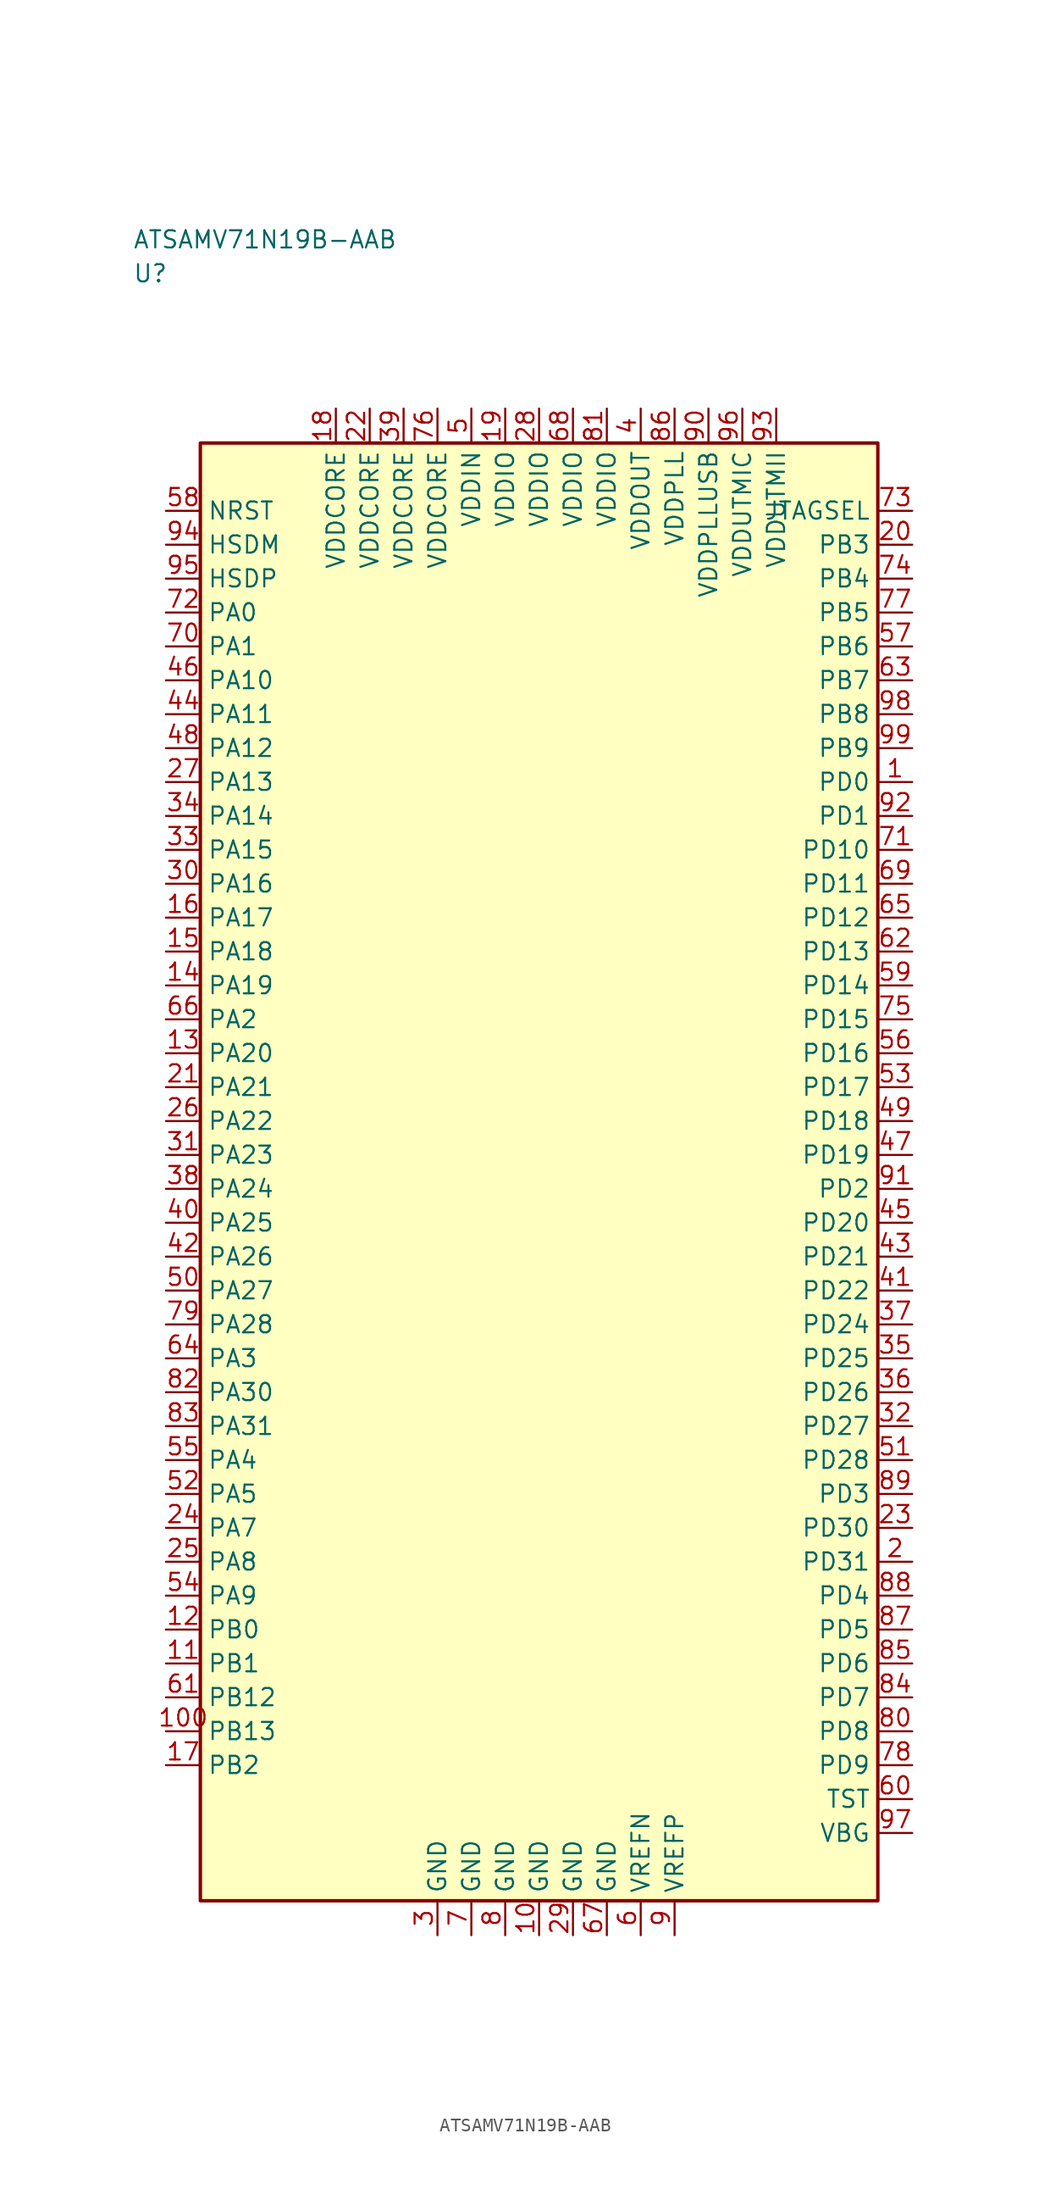
<source format=kicad_sym>
(kicad_symbol_lib
  (version 20241025)
  (generator "kicad_symbol_editor")
  (generator_version "8.0")
  (symbol "ATSAMV71N19B-AAB"
    (property "Reference" "U"
      (at -30.0 66.25 0)
      (effects (font (size 1.27 1.27)) (justify left)))
    (property "Value" "ATSAMV71N19B-AAB"
      (at -30.0 68.75 0)
      (effects (font (size 1.27 1.27)) (justify left)))
    (symbol "ATSAMV71N19B-AAB_0_1"
      (rectangle (start -25.0 53.75) (end 25.0 -53.75) (stroke (width 0.254) (type default)) (fill (type background))))
    (symbol "ATSAMV71N19B-AAB_1_1"
      (pin bidirectional line (at -27.54 41.25 0.0) (length 2.54) (name "PA0" (effects (font (size 1.27 1.27)))) (number "72" (effects (font (size 1.27 1.27)))))
      (pin bidirectional line (at -27.54 38.75 0.0) (length 2.54) (name "PA1" (effects (font (size 1.27 1.27)))) (number "70" (effects (font (size 1.27 1.27)))))
      (pin bidirectional line (at -27.54 11.25 0.0) (length 2.54) (name "PA2" (effects (font (size 1.27 1.27)))) (number "66" (effects (font (size 1.27 1.27)))))
      (pin bidirectional line (at -27.54 -13.75 0.0) (length 2.54) (name "PA3" (effects (font (size 1.27 1.27)))) (number "64" (effects (font (size 1.27 1.27)))))
      (pin bidirectional line (at -27.54 -21.25 0.0) (length 2.54) (name "PA4" (effects (font (size 1.27 1.27)))) (number "55" (effects (font (size 1.27 1.27)))))
      (pin bidirectional line (at -27.54 -23.75 0.0) (length 2.54) (name "PA5" (effects (font (size 1.27 1.27)))) (number "52" (effects (font (size 1.27 1.27)))))
      (pin bidirectional line (at -27.54 -26.25 0.0) (length 2.54) (name "PA7" (effects (font (size 1.27 1.27)))) (number "24" (effects (font (size 1.27 1.27)))))
      (pin bidirectional line (at -27.54 -28.75 0.0) (length 2.54) (name "PA8" (effects (font (size 1.27 1.27)))) (number "25" (effects (font (size 1.27 1.27)))))
      (pin bidirectional line (at -27.54 -31.25 0.0) (length 2.54) (name "PA9" (effects (font (size 1.27 1.27)))) (number "54" (effects (font (size 1.27 1.27)))))
      (pin bidirectional line (at -27.54 36.25 0.0) (length 2.54) (name "PA10" (effects (font (size 1.27 1.27)))) (number "46" (effects (font (size 1.27 1.27)))))
      (pin bidirectional line (at -27.54 33.75 0.0) (length 2.54) (name "PA11" (effects (font (size 1.27 1.27)))) (number "44" (effects (font (size 1.27 1.27)))))
      (pin bidirectional line (at -27.54 31.25 0.0) (length 2.54) (name "PA12" (effects (font (size 1.27 1.27)))) (number "48" (effects (font (size 1.27 1.27)))))
      (pin bidirectional line (at -27.54 28.75 0.0) (length 2.54) (name "PA13" (effects (font (size 1.27 1.27)))) (number "27" (effects (font (size 1.27 1.27)))))
      (pin bidirectional line (at -27.54 26.25 0.0) (length 2.54) (name "PA14" (effects (font (size 1.27 1.27)))) (number "34" (effects (font (size 1.27 1.27)))))
      (pin bidirectional line (at -27.54 23.75 0.0) (length 2.54) (name "PA15" (effects (font (size 1.27 1.27)))) (number "33" (effects (font (size 1.27 1.27)))))
      (pin bidirectional line (at -27.54 21.25 0.0) (length 2.54) (name "PA16" (effects (font (size 1.27 1.27)))) (number "30" (effects (font (size 1.27 1.27)))))
      (pin bidirectional line (at -27.54 18.75 0.0) (length 2.54) (name "PA17" (effects (font (size 1.27 1.27)))) (number "16" (effects (font (size 1.27 1.27)))))
      (pin bidirectional line (at -27.54 16.25 0.0) (length 2.54) (name "PA18" (effects (font (size 1.27 1.27)))) (number "15" (effects (font (size 1.27 1.27)))))
      (pin bidirectional line (at -27.54 13.75 0.0) (length 2.54) (name "PA19" (effects (font (size 1.27 1.27)))) (number "14" (effects (font (size 1.27 1.27)))))
      (pin bidirectional line (at -27.54 8.75 0.0) (length 2.54) (name "PA20" (effects (font (size 1.27 1.27)))) (number "13" (effects (font (size 1.27 1.27)))))
      (pin bidirectional line (at -27.54 6.25 0.0) (length 2.54) (name "PA21" (effects (font (size 1.27 1.27)))) (number "21" (effects (font (size 1.27 1.27)))))
      (pin bidirectional line (at -27.54 3.75 0.0) (length 2.54) (name "PA22" (effects (font (size 1.27 1.27)))) (number "26" (effects (font (size 1.27 1.27)))))
      (pin bidirectional line (at -27.54 1.25 0.0) (length 2.54) (name "PA23" (effects (font (size 1.27 1.27)))) (number "31" (effects (font (size 1.27 1.27)))))
      (pin bidirectional line (at -27.54 -1.25 0.0) (length 2.54) (name "PA24" (effects (font (size 1.27 1.27)))) (number "38" (effects (font (size 1.27 1.27)))))
      (pin bidirectional line (at -27.54 -3.75 0.0) (length 2.54) (name "PA25" (effects (font (size 1.27 1.27)))) (number "40" (effects (font (size 1.27 1.27)))))
      (pin bidirectional line (at -27.54 -6.25 0.0) (length 2.54) (name "PA26" (effects (font (size 1.27 1.27)))) (number "42" (effects (font (size 1.27 1.27)))))
      (pin bidirectional line (at -27.54 -8.75 0.0) (length 2.54) (name "PA27" (effects (font (size 1.27 1.27)))) (number "50" (effects (font (size 1.27 1.27)))))
      (pin bidirectional line (at -27.54 -11.25 0.0) (length 2.54) (name "PA28" (effects (font (size 1.27 1.27)))) (number "79" (effects (font (size 1.27 1.27)))))
      (pin bidirectional line (at -27.54 -16.25 0.0) (length 2.54) (name "PA30" (effects (font (size 1.27 1.27)))) (number "82" (effects (font (size 1.27 1.27)))))
      (pin bidirectional line (at -27.54 -18.75 0.0) (length 2.54) (name "PA31" (effects (font (size 1.27 1.27)))) (number "83" (effects (font (size 1.27 1.27)))))
      (pin bidirectional line (at -27.54 -33.75 0.0) (length 2.54) (name "PB0" (effects (font (size 1.27 1.27)))) (number "12" (effects (font (size 1.27 1.27)))))
      (pin bidirectional line (at -27.54 -36.25 0.0) (length 2.54) (name "PB1" (effects (font (size 1.27 1.27)))) (number "11" (effects (font (size 1.27 1.27)))))
      (pin bidirectional line (at -27.54 -43.75 0.0) (length 2.54) (name "PB2" (effects (font (size 1.27 1.27)))) (number "17" (effects (font (size 1.27 1.27)))))
      (pin bidirectional line (at 27.54 46.25 180.0) (length 2.54) (name "PB3" (effects (font (size 1.27 1.27)))) (number "20" (effects (font (size 1.27 1.27)))))
      (pin bidirectional line (at 27.54 43.75 180.0) (length 2.54) (name "PB4" (effects (font (size 1.27 1.27)))) (number "74" (effects (font (size 1.27 1.27)))))
      (pin bidirectional line (at 27.54 41.25 180.0) (length 2.54) (name "PB5" (effects (font (size 1.27 1.27)))) (number "77" (effects (font (size 1.27 1.27)))))
      (pin bidirectional line (at 27.54 38.75 180.0) (length 2.54) (name "PB6" (effects (font (size 1.27 1.27)))) (number "57" (effects (font (size 1.27 1.27)))))
      (pin bidirectional line (at 27.54 36.25 180.0) (length 2.54) (name "PB7" (effects (font (size 1.27 1.27)))) (number "63" (effects (font (size 1.27 1.27)))))
      (pin bidirectional line (at 27.54 33.75 180.0) (length 2.54) (name "PB8" (effects (font (size 1.27 1.27)))) (number "98" (effects (font (size 1.27 1.27)))))
      (pin bidirectional line (at 27.54 31.25 180.0) (length 2.54) (name "PB9" (effects (font (size 1.27 1.27)))) (number "99" (effects (font (size 1.27 1.27)))))
      (pin bidirectional line (at -27.54 -38.75 0.0) (length 2.54) (name "PB12" (effects (font (size 1.27 1.27)))) (number "61" (effects (font (size 1.27 1.27)))))
      (pin bidirectional line (at -27.54 -41.25 0.0) (length 2.54) (name "PB13" (effects (font (size 1.27 1.27)))) (number "100" (effects (font (size 1.27 1.27)))))
      (pin bidirectional line (at 27.54 28.75 180.0) (length 2.54) (name "PD0" (effects (font (size 1.27 1.27)))) (number "1" (effects (font (size 1.27 1.27)))))
      (pin bidirectional line (at 27.54 26.25 180.0) (length 2.54) (name "PD1" (effects (font (size 1.27 1.27)))) (number "92" (effects (font (size 1.27 1.27)))))
      (pin bidirectional line (at 27.54 -1.25 180.0) (length 2.54) (name "PD2" (effects (font (size 1.27 1.27)))) (number "91" (effects (font (size 1.27 1.27)))))
      (pin bidirectional line (at 27.54 -23.75 180.0) (length 2.54) (name "PD3" (effects (font (size 1.27 1.27)))) (number "89" (effects (font (size 1.27 1.27)))))
      (pin bidirectional line (at 27.54 -31.25 180.0) (length 2.54) (name "PD4" (effects (font (size 1.27 1.27)))) (number "88" (effects (font (size 1.27 1.27)))))
      (pin bidirectional line (at 27.54 -33.75 180.0) (length 2.54) (name "PD5" (effects (font (size 1.27 1.27)))) (number "87" (effects (font (size 1.27 1.27)))))
      (pin bidirectional line (at 27.54 -36.25 180.0) (length 2.54) (name "PD6" (effects (font (size 1.27 1.27)))) (number "85" (effects (font (size 1.27 1.27)))))
      (pin bidirectional line (at 27.54 -38.75 180.0) (length 2.54) (name "PD7" (effects (font (size 1.27 1.27)))) (number "84" (effects (font (size 1.27 1.27)))))
      (pin bidirectional line (at 27.54 -41.25 180.0) (length 2.54) (name "PD8" (effects (font (size 1.27 1.27)))) (number "80" (effects (font (size 1.27 1.27)))))
      (pin bidirectional line (at 27.54 -43.75 180.0) (length 2.54) (name "PD9" (effects (font (size 1.27 1.27)))) (number "78" (effects (font (size 1.27 1.27)))))
      (pin bidirectional line (at 27.54 23.75 180.0) (length 2.54) (name "PD10" (effects (font (size 1.27 1.27)))) (number "71" (effects (font (size 1.27 1.27)))))
      (pin bidirectional line (at 27.54 21.25 180.0) (length 2.54) (name "PD11" (effects (font (size 1.27 1.27)))) (number "69" (effects (font (size 1.27 1.27)))))
      (pin bidirectional line (at 27.54 18.75 180.0) (length 2.54) (name "PD12" (effects (font (size 1.27 1.27)))) (number "65" (effects (font (size 1.27 1.27)))))
      (pin bidirectional line (at 27.54 16.25 180.0) (length 2.54) (name "PD13" (effects (font (size 1.27 1.27)))) (number "62" (effects (font (size 1.27 1.27)))))
      (pin bidirectional line (at 27.54 13.75 180.0) (length 2.54) (name "PD14" (effects (font (size 1.27 1.27)))) (number "59" (effects (font (size 1.27 1.27)))))
      (pin bidirectional line (at 27.54 11.25 180.0) (length 2.54) (name "PD15" (effects (font (size 1.27 1.27)))) (number "75" (effects (font (size 1.27 1.27)))))
      (pin bidirectional line (at 27.54 8.75 180.0) (length 2.54) (name "PD16" (effects (font (size 1.27 1.27)))) (number "56" (effects (font (size 1.27 1.27)))))
      (pin bidirectional line (at 27.54 6.25 180.0) (length 2.54) (name "PD17" (effects (font (size 1.27 1.27)))) (number "53" (effects (font (size 1.27 1.27)))))
      (pin bidirectional line (at 27.54 3.75 180.0) (length 2.54) (name "PD18" (effects (font (size 1.27 1.27)))) (number "49" (effects (font (size 1.27 1.27)))))
      (pin bidirectional line (at 27.54 1.25 180.0) (length 2.54) (name "PD19" (effects (font (size 1.27 1.27)))) (number "47" (effects (font (size 1.27 1.27)))))
      (pin bidirectional line (at 27.54 -3.75 180.0) (length 2.54) (name "PD20" (effects (font (size 1.27 1.27)))) (number "45" (effects (font (size 1.27 1.27)))))
      (pin bidirectional line (at 27.54 -6.25 180.0) (length 2.54) (name "PD21" (effects (font (size 1.27 1.27)))) (number "43" (effects (font (size 1.27 1.27)))))
      (pin bidirectional line (at 27.54 -8.75 180.0) (length 2.54) (name "PD22" (effects (font (size 1.27 1.27)))) (number "41" (effects (font (size 1.27 1.27)))))
      (pin bidirectional line (at 27.54 -11.25 180.0) (length 2.54) (name "PD24" (effects (font (size 1.27 1.27)))) (number "37" (effects (font (size 1.27 1.27)))))
      (pin bidirectional line (at 27.54 -13.75 180.0) (length 2.54) (name "PD25" (effects (font (size 1.27 1.27)))) (number "35" (effects (font (size 1.27 1.27)))))
      (pin bidirectional line (at 27.54 -16.25 180.0) (length 2.54) (name "PD26" (effects (font (size 1.27 1.27)))) (number "36" (effects (font (size 1.27 1.27)))))
      (pin bidirectional line (at 27.54 -18.75 180.0) (length 2.54) (name "PD27" (effects (font (size 1.27 1.27)))) (number "32" (effects (font (size 1.27 1.27)))))
      (pin bidirectional line (at 27.54 -21.25 180.0) (length 2.54) (name "PD28" (effects (font (size 1.27 1.27)))) (number "51" (effects (font (size 1.27 1.27)))))
      (pin bidirectional line (at 27.54 -26.25 180.0) (length 2.54) (name "PD30" (effects (font (size 1.27 1.27)))) (number "23" (effects (font (size 1.27 1.27)))))
      (pin bidirectional line (at 27.54 -28.75 180.0) (length 2.54) (name "PD31" (effects (font (size 1.27 1.27)))) (number "2" (effects (font (size 1.27 1.27)))))
      (pin power_in line (at 7.5 56.29 270.0) (length 2.54) (name "VDDOUT" (effects (font (size 1.27 1.27)))) (number "4" (effects (font (size 1.27 1.27)))))
      (pin power_in line (at -5.0 56.29 270.0) (length 2.54) (name "VDDIN" (effects (font (size 1.27 1.27)))) (number "5" (effects (font (size 1.27 1.27)))))
      (pin passive line (at 7.5 -56.29 90.0) (length 2.54) (name "VREFN" (effects (font (size 1.27 1.27)))) (number "6" (effects (font (size 1.27 1.27)))))
      (pin passive line (at 10.0 -56.29 90.0) (length 2.54) (name "VREFP" (effects (font (size 1.27 1.27)))) (number "9" (effects (font (size 1.27 1.27)))))
      (pin input line (at -27.54 48.75 0.0) (length 2.54) (name "NRST" (effects (font (size 1.27 1.27)))) (number "58" (effects (font (size 1.27 1.27)))))
      (pin bidirectional line (at 27.54 -46.25 180.0) (length 2.54) (name "TST" (effects (font (size 1.27 1.27)))) (number "60" (effects (font (size 1.27 1.27)))))
      (pin power_in line (at -2.5 56.29 270.0) (length 2.54) (name "VDDIO" (effects (font (size 1.27 1.27)))) (number "19" (effects (font (size 1.27 1.27)))))
      (pin power_in line (at 0.0 56.29 270.0) (length 2.54) (name "VDDIO" (effects (font (size 1.27 1.27)))) (number "28" (effects (font (size 1.27 1.27)))))
      (pin power_in line (at 2.5 56.29 270.0) (length 2.54) (name "VDDIO" (effects (font (size 1.27 1.27)))) (number "68" (effects (font (size 1.27 1.27)))))
      (pin power_in line (at 5.0 56.29 270.0) (length 2.54) (name "VDDIO" (effects (font (size 1.27 1.27)))) (number "81" (effects (font (size 1.27 1.27)))))
      (pin output line (at 27.54 48.75 180.0) (length 2.54) (name "JTAGSEL" (effects (font (size 1.27 1.27)))) (number "73" (effects (font (size 1.27 1.27)))))
      (pin power_in line (at -15.0 56.29 270.0) (length 2.54) (name "VDDCORE" (effects (font (size 1.27 1.27)))) (number "18" (effects (font (size 1.27 1.27)))))
      (pin power_in line (at -12.5 56.29 270.0) (length 2.54) (name "VDDCORE" (effects (font (size 1.27 1.27)))) (number "22" (effects (font (size 1.27 1.27)))))
      (pin power_in line (at -10.0 56.29 270.0) (length 2.54) (name "VDDCORE" (effects (font (size 1.27 1.27)))) (number "39" (effects (font (size 1.27 1.27)))))
      (pin power_in line (at -7.5 56.29 270.0) (length 2.54) (name "VDDCORE" (effects (font (size 1.27 1.27)))) (number "76" (effects (font (size 1.27 1.27)))))
      (pin power_in line (at 10.0 56.29 270.0) (length 2.54) (name "VDDPLL" (effects (font (size 1.27 1.27)))) (number "86" (effects (font (size 1.27 1.27)))))
      (pin power_in line (at 17.5 56.29 270.0) (length 2.54) (name "VDDUTMII" (effects (font (size 1.27 1.27)))) (number "93" (effects (font (size 1.27 1.27)))))
      (pin bidirectional line (at -27.54 46.25 0.0) (length 2.54) (name "HSDM" (effects (font (size 1.27 1.27)))) (number "94" (effects (font (size 1.27 1.27)))))
      (pin bidirectional line (at -27.54 43.75 0.0) (length 2.54) (name "HSDP" (effects (font (size 1.27 1.27)))) (number "95" (effects (font (size 1.27 1.27)))))
      (pin passive line (at -7.5 -56.29 90.0) (length 2.54) (name "GND" (effects (font (size 1.27 1.27)))) (number "3" (effects (font (size 1.27 1.27)))))
      (pin passive line (at -5.0 -56.29 90.0) (length 2.54) (name "GND" (effects (font (size 1.27 1.27)))) (number "7" (effects (font (size 1.27 1.27)))))
      (pin passive line (at -2.5 -56.29 90.0) (length 2.54) (name "GND" (effects (font (size 1.27 1.27)))) (number "8" (effects (font (size 1.27 1.27)))))
      (pin passive line (at 0.0 -56.29 90.0) (length 2.54) (name "GND" (effects (font (size 1.27 1.27)))) (number "10" (effects (font (size 1.27 1.27)))))
      (pin passive line (at 2.5 -56.29 90.0) (length 2.54) (name "GND" (effects (font (size 1.27 1.27)))) (number "29" (effects (font (size 1.27 1.27)))))
      (pin passive line (at 5.0 -56.29 90.0) (length 2.54) (name "GND" (effects (font (size 1.27 1.27)))) (number "67" (effects (font (size 1.27 1.27)))))
      (pin power_in line (at 15.0 56.29 270.0) (length 2.54) (name "VDDUTMIC" (effects (font (size 1.27 1.27)))) (number "96" (effects (font (size 1.27 1.27)))))
      (pin bidirectional line (at 27.54 -48.75 180.0) (length 2.54) (name "VBG" (effects (font (size 1.27 1.27)))) (number "97" (effects (font (size 1.27 1.27)))))
      (pin power_in line (at 12.5 56.29 270.0) (length 2.54) (name "VDDPLLUSB" (effects (font (size 1.27 1.27)))) (number "90" (effects (font (size 1.27 1.27))))))))
</source>
